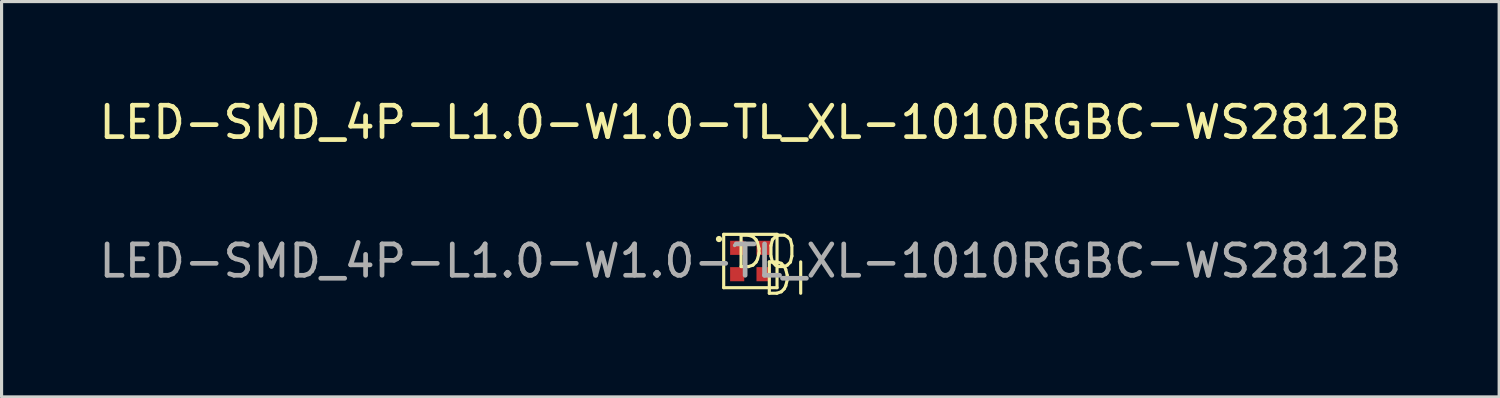
<source format=kicad_pcb>
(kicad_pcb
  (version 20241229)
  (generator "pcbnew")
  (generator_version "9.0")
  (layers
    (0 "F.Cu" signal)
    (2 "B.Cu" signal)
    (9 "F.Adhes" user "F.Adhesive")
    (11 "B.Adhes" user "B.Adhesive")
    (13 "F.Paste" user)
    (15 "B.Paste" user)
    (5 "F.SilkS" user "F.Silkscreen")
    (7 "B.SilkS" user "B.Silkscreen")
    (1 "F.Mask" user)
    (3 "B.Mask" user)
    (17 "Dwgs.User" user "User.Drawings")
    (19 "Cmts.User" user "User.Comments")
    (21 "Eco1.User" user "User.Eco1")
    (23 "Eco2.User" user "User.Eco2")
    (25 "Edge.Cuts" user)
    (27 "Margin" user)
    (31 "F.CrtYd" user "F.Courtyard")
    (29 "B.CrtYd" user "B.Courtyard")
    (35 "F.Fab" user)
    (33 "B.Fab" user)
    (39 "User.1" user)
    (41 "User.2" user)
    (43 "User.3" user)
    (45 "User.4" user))
  (footprint "LED-SMD_4P-L1.0-W1.0-TL_XL-1010RGBC-WS2812B"
    (layer "F.Cu")
    (at 20.863 5.268)
    (property "Reference" "LED-SMD_4P-L1.0-W1.0-TL_XL-1010RGBC-WS2812B" (at 0 -4.42 0) (layer "F.SilkS") (effects (font (size 1 1) (thickness 0.15))))
    (attr smd)
    (fp_line (start -0.85 -0.85) (end -0.85 0.85) (stroke (width 0.1) (type solid)) (layer "F.SilkS"))
    (fp_line (start -0.85 0.85) (end 0.85 0.85) (stroke (width 0.1) (type solid)) (layer "F.SilkS"))
    (fp_line (start 0.85 -0.85) (end -0.85 -0.85) (stroke (width 0.1) (type solid)) (layer "F.SilkS"))
    (fp_line (start 0.85 0.85) (end 0.85 -0.85) (stroke (width 0.1) (type solid)) (layer "F.SilkS"))
    (fp_circle (center -1 -0.7) (end -0.95 -0.7) (stroke (width 0.1) (type solid)) (fill no) (layer "F.SilkS"))
    (fp_circle (center -0.5 -0.5) (end -0.47 -0.5) (stroke (width 0.06) (type solid)) (fill no) (layer "F.Fab"))
    (fp_text user "DO" (at -0.6 -0.28 0) (layer "F.SilkS") (effects (font (size 1 1) (thickness 0.1)) (justify left)))
    (fp_text user "DI" (at 0.3 0.57 0) (layer "F.SilkS") (effects (font (size 1 1) (thickness 0.1)) (justify left)))
    (fp_text user "${REFERENCE}" (at 0 0 0) (layer "F.Fab") (effects (font (size 1 1) (thickness 0.15))))
    (pad "1" smd rect (at -0.42 -0.42) (size 0.45 0.45) (layers "F.Cu" "F.Mask" "F.Paste"))
    (pad "2" smd rect (at 0.42 -0.42) (size 0.45 0.45) (layers "F.Cu" "F.Mask" "F.Paste"))
    (pad "3" smd rect (at -0.42 0.42) (size 0.45 0.45) (layers "F.Cu" "F.Mask" "F.Paste"))
    (pad "4" smd rect (at 0.42 0.42) (size 0.45 0.45) (layers "F.Cu" "F.Mask" "F.Paste")))
  (gr_rect
    (start -3 -3)
    (end 44.726 9.599)
    (stroke (width 0.1) (type default))
    (fill no)
    (layer "Edge.Cuts")))
</source>
